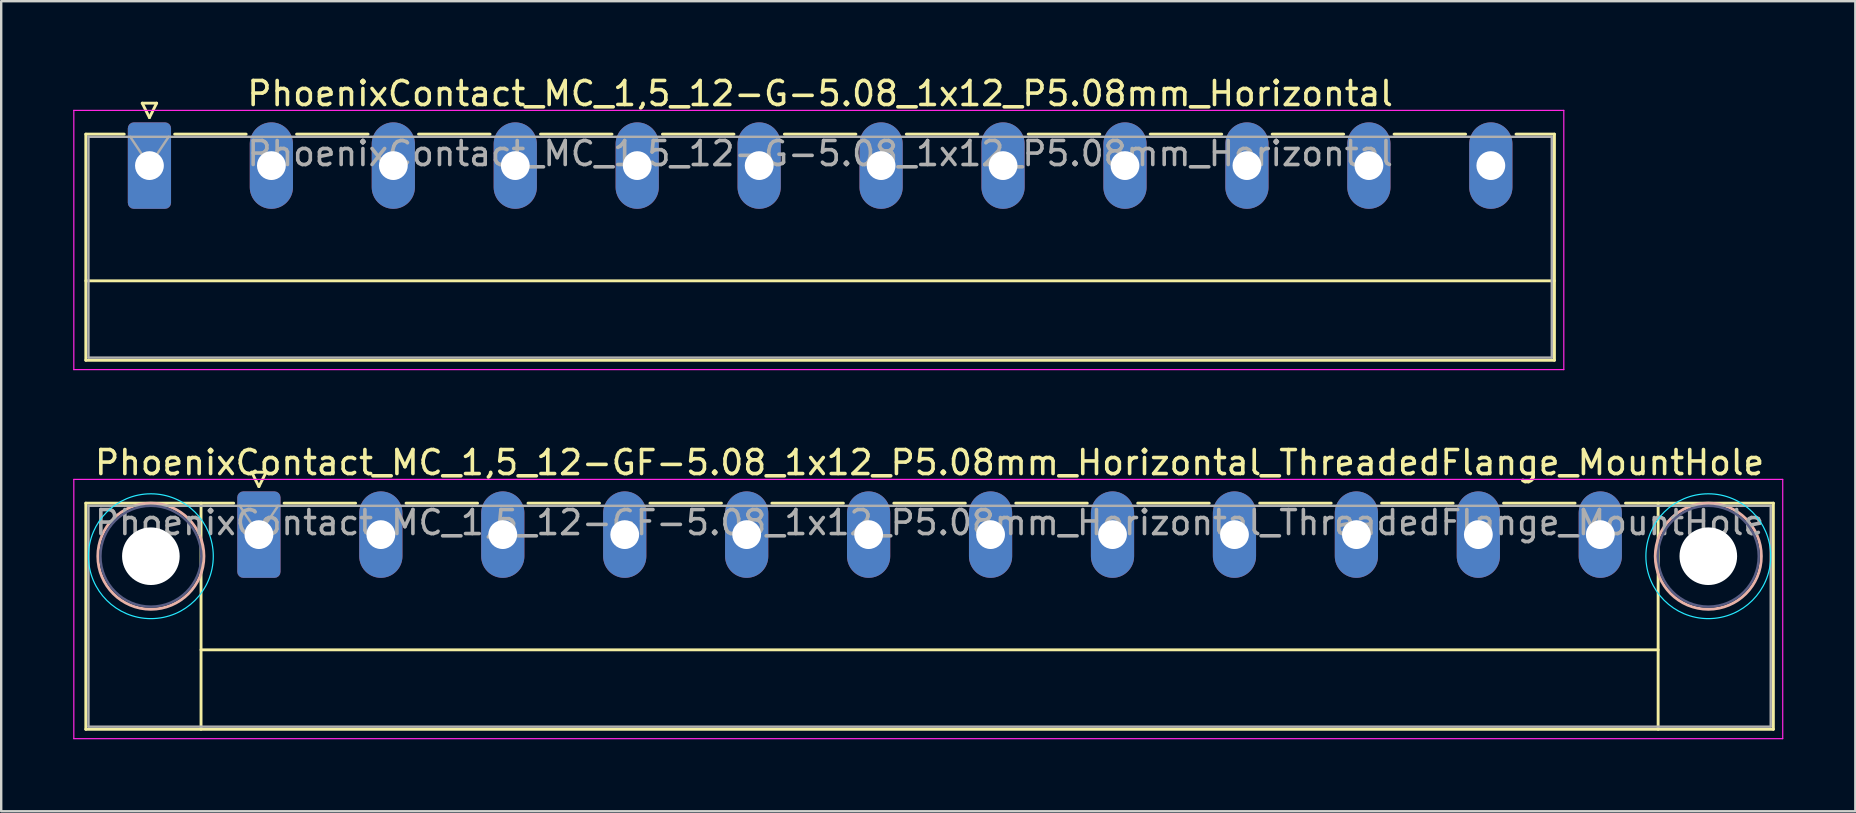
<source format=kicad_pcb>
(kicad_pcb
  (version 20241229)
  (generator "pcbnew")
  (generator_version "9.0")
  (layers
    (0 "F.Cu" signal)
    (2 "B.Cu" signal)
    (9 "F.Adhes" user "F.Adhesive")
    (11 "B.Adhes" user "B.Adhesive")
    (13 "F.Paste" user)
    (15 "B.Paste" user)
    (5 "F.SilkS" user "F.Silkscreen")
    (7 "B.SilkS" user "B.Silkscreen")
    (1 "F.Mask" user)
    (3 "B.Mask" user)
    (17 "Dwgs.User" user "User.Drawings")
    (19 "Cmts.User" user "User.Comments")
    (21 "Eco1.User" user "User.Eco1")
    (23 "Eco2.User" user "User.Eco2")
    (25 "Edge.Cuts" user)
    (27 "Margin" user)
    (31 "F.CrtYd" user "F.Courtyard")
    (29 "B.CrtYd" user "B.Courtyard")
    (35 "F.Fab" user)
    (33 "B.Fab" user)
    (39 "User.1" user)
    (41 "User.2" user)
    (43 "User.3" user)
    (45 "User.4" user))
  (footprint "PhoenixContact_MC_1,5_12-GF-5.08_1x12_P5.08mm_Horizontal_ThreadedFlange_MountHole"
    (layer "F.Cu")
    (at 7.735 19.221)
    (property "Reference" "PhoenixContact_MC_1,5_12-GF-5.08_1x12_P5.08mm_Horizontal_ThreadedFlange_MountHole" (at 27.94 -3 0) (layer "F.SilkS") (effects (font (size 1 1) (thickness 0.15))))
    (attr through_hole)
    (fp_line (start -7.21 -1.31) (end -7.21 8.11) (stroke (width 0.12) (type solid)) (layer "F.SilkS"))
    (fp_line (start -7.21 -1.31) (end -1.05 -1.31) (stroke (width 0.12) (type solid)) (layer "F.SilkS"))
    (fp_line (start -7.21 8.11) (end 63.09 8.11) (stroke (width 0.12) (type solid)) (layer "F.SilkS"))
    (fp_line (start -2.41 -1.31) (end -2.41 8.11) (stroke (width 0.12) (type solid)) (layer "F.SilkS"))
    (fp_line (start -2.41 4.8) (end 58.29 4.8) (stroke (width 0.12) (type solid)) (layer "F.SilkS"))
    (fp_line (start -0.3 -2.6) (end 0.3 -2.6) (stroke (width 0.12) (type solid)) (layer "F.SilkS"))
    (fp_line (start 0 -2) (end -0.3 -2.6) (stroke (width 0.12) (type solid)) (layer "F.SilkS"))
    (fp_line (start 0.3 -2.6) (end 0 -2) (stroke (width 0.12) (type solid)) (layer "F.SilkS"))
    (fp_line (start 1.05 -1.31) (end 4.03 -1.31) (stroke (width 0.12) (type solid)) (layer "F.SilkS"))
    (fp_line (start 6.13 -1.31) (end 9.11 -1.31) (stroke (width 0.12) (type solid)) (layer "F.SilkS"))
    (fp_line (start 11.21 -1.31) (end 14.19 -1.31) (stroke (width 0.12) (type solid)) (layer "F.SilkS"))
    (fp_line (start 16.29 -1.31) (end 19.27 -1.31) (stroke (width 0.12) (type solid)) (layer "F.SilkS"))
    (fp_line (start 21.37 -1.31) (end 24.35 -1.31) (stroke (width 0.12) (type solid)) (layer "F.SilkS"))
    (fp_line (start 26.45 -1.31) (end 29.43 -1.31) (stroke (width 0.12) (type solid)) (layer "F.SilkS"))
    (fp_line (start 31.53 -1.31) (end 34.51 -1.31) (stroke (width 0.12) (type solid)) (layer "F.SilkS"))
    (fp_line (start 36.61 -1.31) (end 39.59 -1.31) (stroke (width 0.12) (type solid)) (layer "F.SilkS"))
    (fp_line (start 41.69 -1.31) (end 44.67 -1.31) (stroke (width 0.12) (type solid)) (layer "F.SilkS"))
    (fp_line (start 46.77 -1.31) (end 49.75 -1.31) (stroke (width 0.12) (type solid)) (layer "F.SilkS"))
    (fp_line (start 51.85 -1.31) (end 54.83 -1.31) (stroke (width 0.12) (type solid)) (layer "F.SilkS"))
    (fp_line (start 58.29 -1.31) (end 58.29 8.11) (stroke (width 0.12) (type solid)) (layer "F.SilkS"))
    (fp_line (start 63.09 -1.31) (end 56.93 -1.31) (stroke (width 0.12) (type solid)) (layer "F.SilkS"))
    (fp_line (start 63.09 8.11) (end 63.09 -1.31) (stroke (width 0.12) (type solid)) (layer "F.SilkS"))
    (fp_circle (center -4.5 0.9) (end -2.29 0.9) (stroke (width 0.12) (type solid)) (fill no) (layer "B.SilkS"))
    (fp_circle (center 60.38 0.9) (end 62.59 0.9) (stroke (width 0.12) (type solid)) (fill no) (layer "B.SilkS"))
    (fp_circle (center -4.5 0.9) (end -1.9 0.9) (stroke (width 0.05) (type solid)) (fill no) (layer "B.CrtYd"))
    (fp_circle (center 60.38 0.9) (end 62.98 0.9) (stroke (width 0.05) (type solid)) (fill no) (layer "B.CrtYd"))
    (fp_line (start -7.71 -2.3) (end -7.71 8.5) (stroke (width 0.05) (type solid)) (layer "F.CrtYd"))
    (fp_line (start -7.71 8.5) (end 63.48 8.5) (stroke (width 0.05) (type solid)) (layer "F.CrtYd"))
    (fp_line (start 63.48 -2.3) (end -7.71 -2.3) (stroke (width 0.05) (type solid)) (layer "F.CrtYd"))
    (fp_line (start 63.48 8.5) (end 63.48 -2.3) (stroke (width 0.05) (type solid)) (layer "F.CrtYd"))
    (fp_circle (center -4.5 0.9) (end -2.4 0.9) (stroke (width 0.1) (type solid)) (fill no) (layer "B.Fab"))
    (fp_circle (center 60.38 0.9) (end 62.48 0.9) (stroke (width 0.1) (type solid)) (fill no) (layer "B.Fab"))
    (fp_line (start -7.1 -1.2) (end -7.1 8) (stroke (width 0.1) (type solid)) (layer "F.Fab"))
    (fp_line (start -7.1 8) (end 62.98 8) (stroke (width 0.1) (type solid)) (layer "F.Fab"))
    (fp_line (start 0 0) (end -0.8 -1.2) (stroke (width 0.1) (type solid)) (layer "F.Fab"))
    (fp_line (start 0.8 -1.2) (end 0 0) (stroke (width 0.1) (type solid)) (layer "F.Fab"))
    (fp_line (start 62.98 -1.2) (end -7.1 -1.2) (stroke (width 0.1) (type solid)) (layer "F.Fab"))
    (fp_line (start 62.98 8) (end 62.98 -1.2) (stroke (width 0.1) (type solid)) (layer "F.Fab"))
    (fp_text user "${REFERENCE}" (at 27.94 -0.5 0) (layer "F.Fab") (effects (font (size 1 1) (thickness 0.15))))
    (pad "" np_thru_hole circle (at -4.5 0.9) (size 2.4 2.4) (drill 2.4) (layers "*.Cu" "*.Mask"))
    (pad "" np_thru_hole circle (at 60.38 0.9) (size 2.4 2.4) (drill 2.4) (layers "*.Cu" "*.Mask"))
    (pad "1" thru_hole roundrect (at 0 0) (size 1.8 3.6) (drill 1.2) (layers "*.Cu" "*.Mask") (roundrect_rratio 0.139))
    (pad "2" thru_hole oval (at 5.08 0) (size 1.8 3.6) (drill 1.2) (layers "*.Cu" "*.Mask"))
    (pad "3" thru_hole oval (at 10.16 0) (size 1.8 3.6) (drill 1.2) (layers "*.Cu" "*.Mask"))
    (pad "4" thru_hole oval (at 15.24 0) (size 1.8 3.6) (drill 1.2) (layers "*.Cu" "*.Mask"))
    (pad "5" thru_hole oval (at 20.32 0) (size 1.8 3.6) (drill 1.2) (layers "*.Cu" "*.Mask"))
    (pad "6" thru_hole oval (at 25.4 0) (size 1.8 3.6) (drill 1.2) (layers "*.Cu" "*.Mask"))
    (pad "7" thru_hole oval (at 30.48 0) (size 1.8 3.6) (drill 1.2) (layers "*.Cu" "*.Mask"))
    (pad "8" thru_hole oval (at 35.56 0) (size 1.8 3.6) (drill 1.2) (layers "*.Cu" "*.Mask"))
    (pad "9" thru_hole oval (at 40.64 0) (size 1.8 3.6) (drill 1.2) (layers "*.Cu" "*.Mask"))
    (pad "10" thru_hole oval (at 45.72 0) (size 1.8 3.6) (drill 1.2) (layers "*.Cu" "*.Mask"))
    (pad "11" thru_hole oval (at 50.8 0) (size 1.8 3.6) (drill 1.2) (layers "*.Cu" "*.Mask"))
    (pad "12" thru_hole oval (at 55.88 0) (size 1.8 3.6) (drill 1.2) (layers "*.Cu" "*.Mask")))
  (footprint "PhoenixContact_MC_1,5_12-G-5.08_1x12_P5.08mm_Horizontal"
    (layer "F.Cu")
    (at 3.175 3.848)
    (property "Reference" "PhoenixContact_MC_1,5_12-G-5.08_1x12_P5.08mm_Horizontal" (at 27.94 -3 0) (layer "F.SilkS") (effects (font (size 1 1) (thickness 0.15))))
    (attr through_hole)
    (fp_line (start -2.65 -1.31) (end -2.65 8.11) (stroke (width 0.12) (type solid)) (layer "F.SilkS"))
    (fp_line (start -2.65 -1.31) (end -1.05 -1.31) (stroke (width 0.12) (type solid)) (layer "F.SilkS"))
    (fp_line (start -2.65 4.8) (end 58.53 4.8) (stroke (width 0.12) (type solid)) (layer "F.SilkS"))
    (fp_line (start -2.65 8.11) (end 58.53 8.11) (stroke (width 0.12) (type solid)) (layer "F.SilkS"))
    (fp_line (start -0.3 -2.6) (end 0.3 -2.6) (stroke (width 0.12) (type solid)) (layer "F.SilkS"))
    (fp_line (start 0 -2) (end -0.3 -2.6) (stroke (width 0.12) (type solid)) (layer "F.SilkS"))
    (fp_line (start 0.3 -2.6) (end 0 -2) (stroke (width 0.12) (type solid)) (layer "F.SilkS"))
    (fp_line (start 1.05 -1.31) (end 4.03 -1.31) (stroke (width 0.12) (type solid)) (layer "F.SilkS"))
    (fp_line (start 6.13 -1.31) (end 9.11 -1.31) (stroke (width 0.12) (type solid)) (layer "F.SilkS"))
    (fp_line (start 11.21 -1.31) (end 14.19 -1.31) (stroke (width 0.12) (type solid)) (layer "F.SilkS"))
    (fp_line (start 16.29 -1.31) (end 19.27 -1.31) (stroke (width 0.12) (type solid)) (layer "F.SilkS"))
    (fp_line (start 21.37 -1.31) (end 24.35 -1.31) (stroke (width 0.12) (type solid)) (layer "F.SilkS"))
    (fp_line (start 26.45 -1.31) (end 29.43 -1.31) (stroke (width 0.12) (type solid)) (layer "F.SilkS"))
    (fp_line (start 31.53 -1.31) (end 34.51 -1.31) (stroke (width 0.12) (type solid)) (layer "F.SilkS"))
    (fp_line (start 36.61 -1.31) (end 39.59 -1.31) (stroke (width 0.12) (type solid)) (layer "F.SilkS"))
    (fp_line (start 41.69 -1.31) (end 44.67 -1.31) (stroke (width 0.12) (type solid)) (layer "F.SilkS"))
    (fp_line (start 46.77 -1.31) (end 49.75 -1.31) (stroke (width 0.12) (type solid)) (layer "F.SilkS"))
    (fp_line (start 51.85 -1.31) (end 54.83 -1.31) (stroke (width 0.12) (type solid)) (layer "F.SilkS"))
    (fp_line (start 58.53 -1.31) (end 56.93 -1.31) (stroke (width 0.12) (type solid)) (layer "F.SilkS"))
    (fp_line (start 58.53 8.11) (end 58.53 -1.31) (stroke (width 0.12) (type solid)) (layer "F.SilkS"))
    (fp_line (start -3.15 -2.3) (end -3.15 8.5) (stroke (width 0.05) (type solid)) (layer "F.CrtYd"))
    (fp_line (start -3.15 8.5) (end 58.92 8.5) (stroke (width 0.05) (type solid)) (layer "F.CrtYd"))
    (fp_line (start 58.92 -2.3) (end -3.15 -2.3) (stroke (width 0.05) (type solid)) (layer "F.CrtYd"))
    (fp_line (start 58.92 8.5) (end 58.92 -2.3) (stroke (width 0.05) (type solid)) (layer "F.CrtYd"))
    (fp_line (start -2.54 -1.2) (end -2.54 8) (stroke (width 0.1) (type solid)) (layer "F.Fab"))
    (fp_line (start -2.54 8) (end 58.42 8) (stroke (width 0.1) (type solid)) (layer "F.Fab"))
    (fp_line (start 0 0) (end -0.8 -1.2) (stroke (width 0.1) (type solid)) (layer "F.Fab"))
    (fp_line (start 0.8 -1.2) (end 0 0) (stroke (width 0.1) (type solid)) (layer "F.Fab"))
    (fp_line (start 58.42 -1.2) (end -2.54 -1.2) (stroke (width 0.1) (type solid)) (layer "F.Fab"))
    (fp_line (start 58.42 8) (end 58.42 -1.2) (stroke (width 0.1) (type solid)) (layer "F.Fab"))
    (fp_text user "${REFERENCE}" (at 27.94 -0.5 0) (layer "F.Fab") (effects (font (size 1 1) (thickness 0.15))))
    (pad "1" thru_hole roundrect (at 0 0) (size 1.8 3.6) (drill 1.2) (layers "*.Cu" "*.Mask") (roundrect_rratio 0.139))
    (pad "2" thru_hole oval (at 5.08 0) (size 1.8 3.6) (drill 1.2) (layers "*.Cu" "*.Mask"))
    (pad "3" thru_hole oval (at 10.16 0) (size 1.8 3.6) (drill 1.2) (layers "*.Cu" "*.Mask"))
    (pad "4" thru_hole oval (at 15.24 0) (size 1.8 3.6) (drill 1.2) (layers "*.Cu" "*.Mask"))
    (pad "5" thru_hole oval (at 20.32 0) (size 1.8 3.6) (drill 1.2) (layers "*.Cu" "*.Mask"))
    (pad "6" thru_hole oval (at 25.4 0) (size 1.8 3.6) (drill 1.2) (layers "*.Cu" "*.Mask"))
    (pad "7" thru_hole oval (at 30.48 0) (size 1.8 3.6) (drill 1.2) (layers "*.Cu" "*.Mask"))
    (pad "8" thru_hole oval (at 35.56 0) (size 1.8 3.6) (drill 1.2) (layers "*.Cu" "*.Mask"))
    (pad "9" thru_hole oval (at 40.64 0) (size 1.8 3.6) (drill 1.2) (layers "*.Cu" "*.Mask"))
    (pad "10" thru_hole oval (at 45.72 0) (size 1.8 3.6) (drill 1.2) (layers "*.Cu" "*.Mask"))
    (pad "11" thru_hole oval (at 50.8 0) (size 1.8 3.6) (drill 1.2) (layers "*.Cu" "*.Mask"))
    (pad "12" thru_hole oval (at 55.88 0) (size 1.8 3.6) (drill 1.2) (layers "*.Cu" "*.Mask")))
  (gr_rect
    (start -3 -3)
    (end 74.24 30.747)
    (stroke (width 0.1) (type default))
    (fill no)
    (layer "Edge.Cuts")))
</source>
